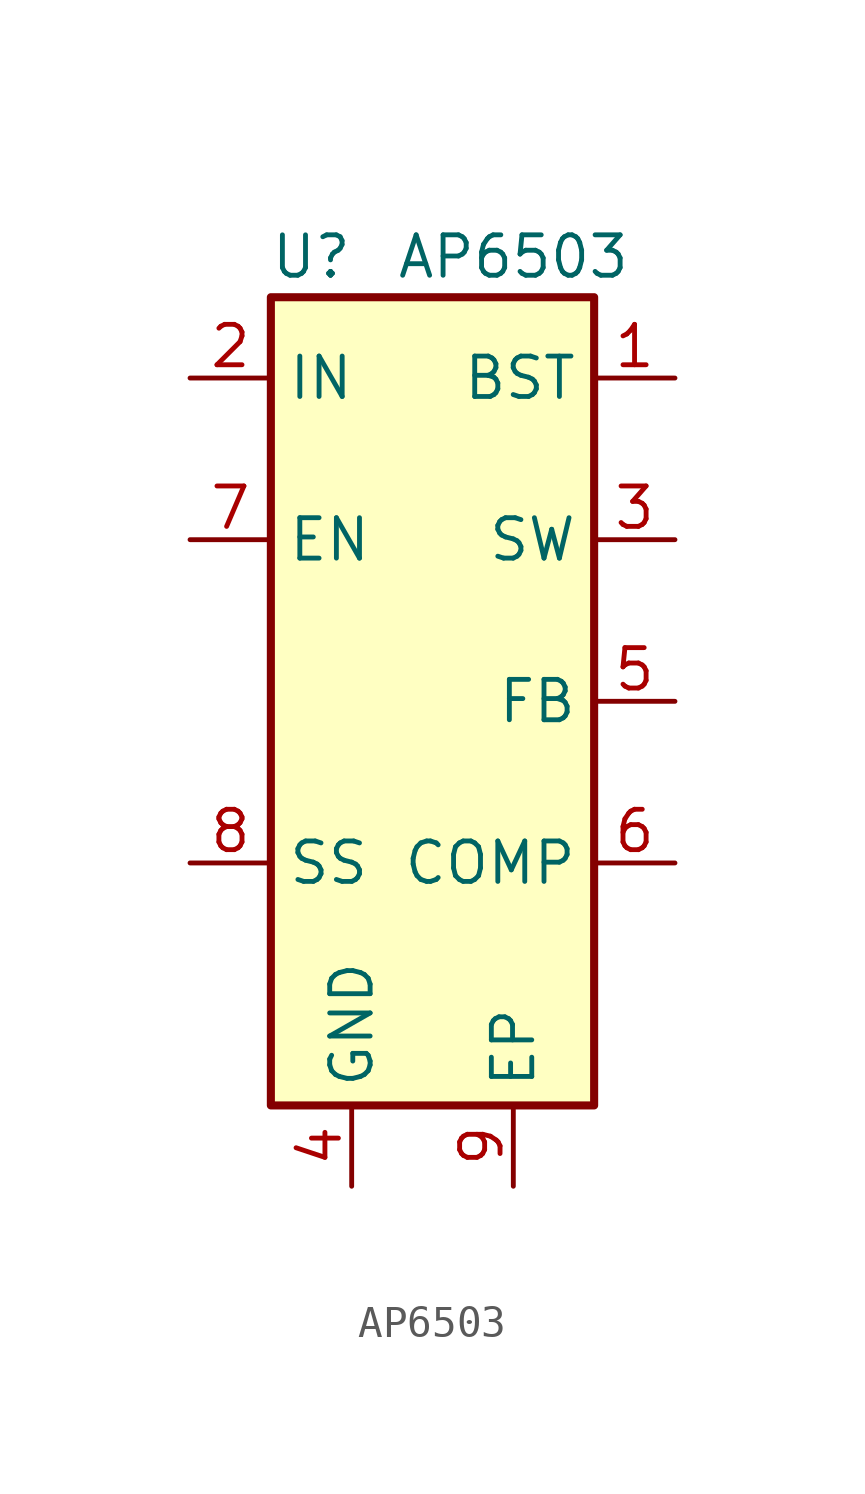
<source format=kicad_sym>
(kicad_symbol_lib
  (version 20231120)
  (generator "kicad_symbol_editor")
  (generator_version "8.0")
  (symbol "AP6503"
    (property "Reference" "U"
      (at -3.81 13.97 0)
      (effects (font (size 1.27 1.27))))
    (property "Value" "AP6503"
      (at 2.54 13.97 0)
      (effects (font (size 1.27 1.27))))
    (symbol "AP6503_0_1"
      (rectangle (start -5.08 12.7) (end 5.08 -12.7) (stroke (width 0.254) (type default)) (fill (type background))))
    (symbol "AP6503_1_1"
      (pin output line (at 7.62 10.16 180) (length 2.54) (name "BST" (effects (font (size 1.27 1.27)))) (number "1" (effects (font (size 1.27 1.27)))))
      (pin power_in line (at -7.62 10.16 0) (length 2.54) (name "IN" (effects (font (size 1.27 1.27)))) (number "2" (effects (font (size 1.27 1.27)))))
      (pin power_out line (at 7.62 5.08 180) (length 2.54) (name "SW" (effects (font (size 1.27 1.27)))) (number "3" (effects (font (size 1.27 1.27)))))
      (pin power_in line (at -2.54 -15.24 90) (length 2.54) (name "GND" (effects (font (size 1.27 1.27)))) (number "4" (effects (font (size 1.27 1.27)))))
      (pin input line (at 7.62 0 180) (length 2.54) (name "FB" (effects (font (size 1.27 1.27)))) (number "5" (effects (font (size 1.27 1.27)))))
      (pin output line (at 7.62 -5.08 180) (length 2.54) (name "COMP" (effects (font (size 1.27 1.27)))) (number "6" (effects (font (size 1.27 1.27)))))
      (pin input line (at -7.62 5.08 0) (length 2.54) (name "EN" (effects (font (size 1.27 1.27)))) (number "7" (effects (font (size 1.27 1.27)))))
      (pin tri_state line (at -7.62 -5.08 0) (length 2.54) (name "SS" (effects (font (size 1.27 1.27)))) (number "8" (effects (font (size 1.27 1.27)))))
      (pin power_in line (at 2.54 -15.24 90) (length 2.54) (name "EP" (effects (font (size 1.27 1.27)))) (number "9" (effects (font (size 1.27 1.27))))))))
</source>
